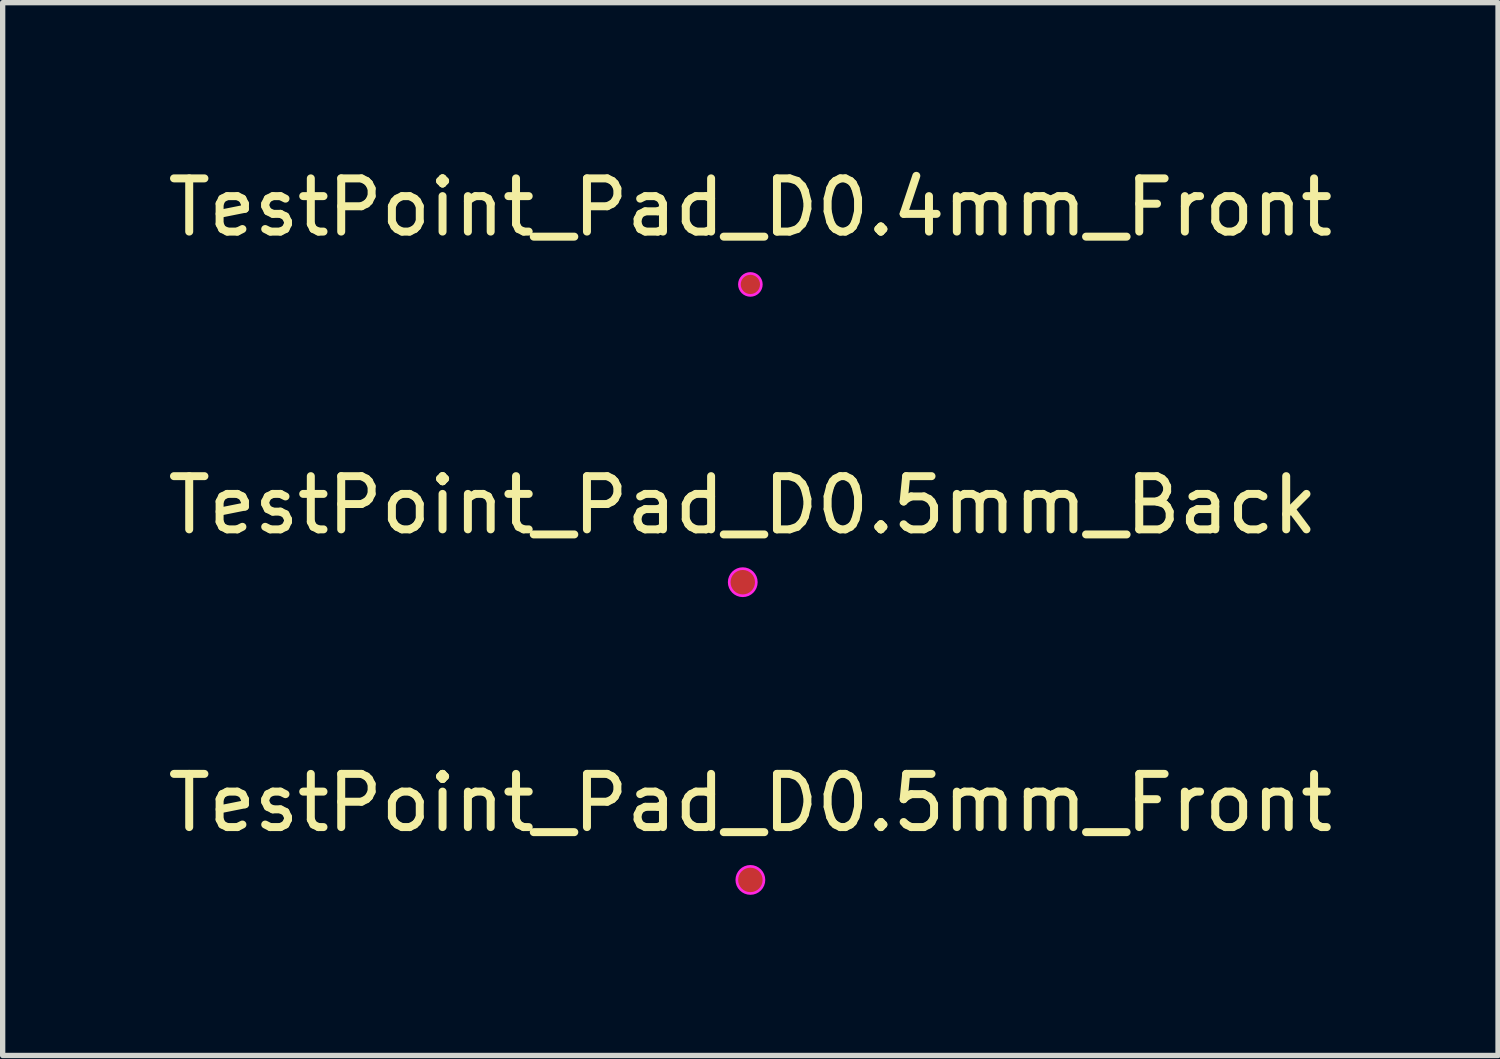
<source format=kicad_pcb>
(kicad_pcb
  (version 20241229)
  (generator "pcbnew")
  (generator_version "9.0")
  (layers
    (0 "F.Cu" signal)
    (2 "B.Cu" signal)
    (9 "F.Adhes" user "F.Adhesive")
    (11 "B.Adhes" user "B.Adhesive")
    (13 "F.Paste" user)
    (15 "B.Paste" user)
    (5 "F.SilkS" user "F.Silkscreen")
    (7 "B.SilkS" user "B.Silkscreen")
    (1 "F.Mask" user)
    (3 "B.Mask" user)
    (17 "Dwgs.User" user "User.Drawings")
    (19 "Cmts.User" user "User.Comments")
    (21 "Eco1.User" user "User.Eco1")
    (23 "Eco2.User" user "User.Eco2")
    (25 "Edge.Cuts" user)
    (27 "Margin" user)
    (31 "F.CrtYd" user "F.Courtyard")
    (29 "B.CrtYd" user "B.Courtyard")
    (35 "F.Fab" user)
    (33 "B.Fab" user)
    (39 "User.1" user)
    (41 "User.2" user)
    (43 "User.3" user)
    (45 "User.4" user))
  (footprint "TestPoint_Pad_D0.5mm_Back"
    (layer "F.Cu")
    (at 10.911 7.893)
    (property "Reference" "TestPoint_Pad_D0.5mm_Back" (at 0 -1.448 0) (layer "F.SilkS") (effects (font (size 1 1) (thickness 0.15))))
    (attr exclude_from_pos_files exclude_from_bom)
    (fp_circle (center 0 0) (end 0.25 -0.05) (stroke (width 0.05) (type solid)) (fill no) (layer "F.CrtYd"))
    (fp_circle (center 0 0) (end 0.25 0) (stroke (width 0.1) (type solid)) (fill no) (layer "User.3"))
    (fp_text user "${REFERENCE}" (at 0 -0.65 0) (layer "User.3") (effects (font (size 0.5 0.5) (thickness 0.1)) (justify mirror)))
    (pad "1" smd circle (at 0 0) (size 0.5 0.5) (layers "F.Cu" "F.Mask")))
  (footprint "TestPoint_Pad_D0.5mm_Front"
    (layer "F.Cu")
    (at 11.054 13.489)
    (property "Reference" "TestPoint_Pad_D0.5mm_Front" (at 0 -1.448 0) (layer "F.SilkS") (effects (font (size 1 1) (thickness 0.15))))
    (attr exclude_from_pos_files exclude_from_bom)
    (fp_circle (center 0 0) (end 0.25 -0.05) (stroke (width 0.05) (type solid)) (fill no) (layer "F.CrtYd"))
    (fp_circle (center 0 0) (end 0.25 0) (stroke (width 0.1) (type solid)) (fill no) (layer "User.2"))
    (fp_text user "${REFERENCE}" (at 0 -0.65 0) (layer "User.2") (effects (font (size 0.5 0.5) (thickness 0.1))))
    (pad "1" smd circle (at 0 0) (size 0.5 0.5) (layers "F.Cu" "F.Mask")))
  (footprint "TestPoint_Pad_D0.4mm_Front"
    (layer "F.Cu")
    (at 11.054 2.296)
    (property "Reference" "TestPoint_Pad_D0.4mm_Front" (at 0 -1.448 0) (layer "F.SilkS") (effects (font (size 1 1) (thickness 0.15))))
    (attr exclude_from_pos_files exclude_from_bom)
    (fp_circle (center 0 0) (end 0.2 -0.05) (stroke (width 0.05) (type solid)) (fill no) (layer "F.CrtYd"))
    (fp_circle (center 0 0) (end 0.25 0) (stroke (width 0.1) (type solid)) (fill no) (layer "User.2"))
    (fp_text user "${REFERENCE}" (at 0 -0.65 0) (layer "User.2") (effects (font (size 0.5 0.5) (thickness 0.1))))
    (pad "1" smd circle (at 0 0) (size 0.4 0.4) (layers "F.Cu" "F.Mask")))
  (gr_rect
    (start -3 -3)
    (end 25.107 16.789)
    (stroke (width 0.1) (type default))
    (fill no)
    (layer "Edge.Cuts")))
</source>
